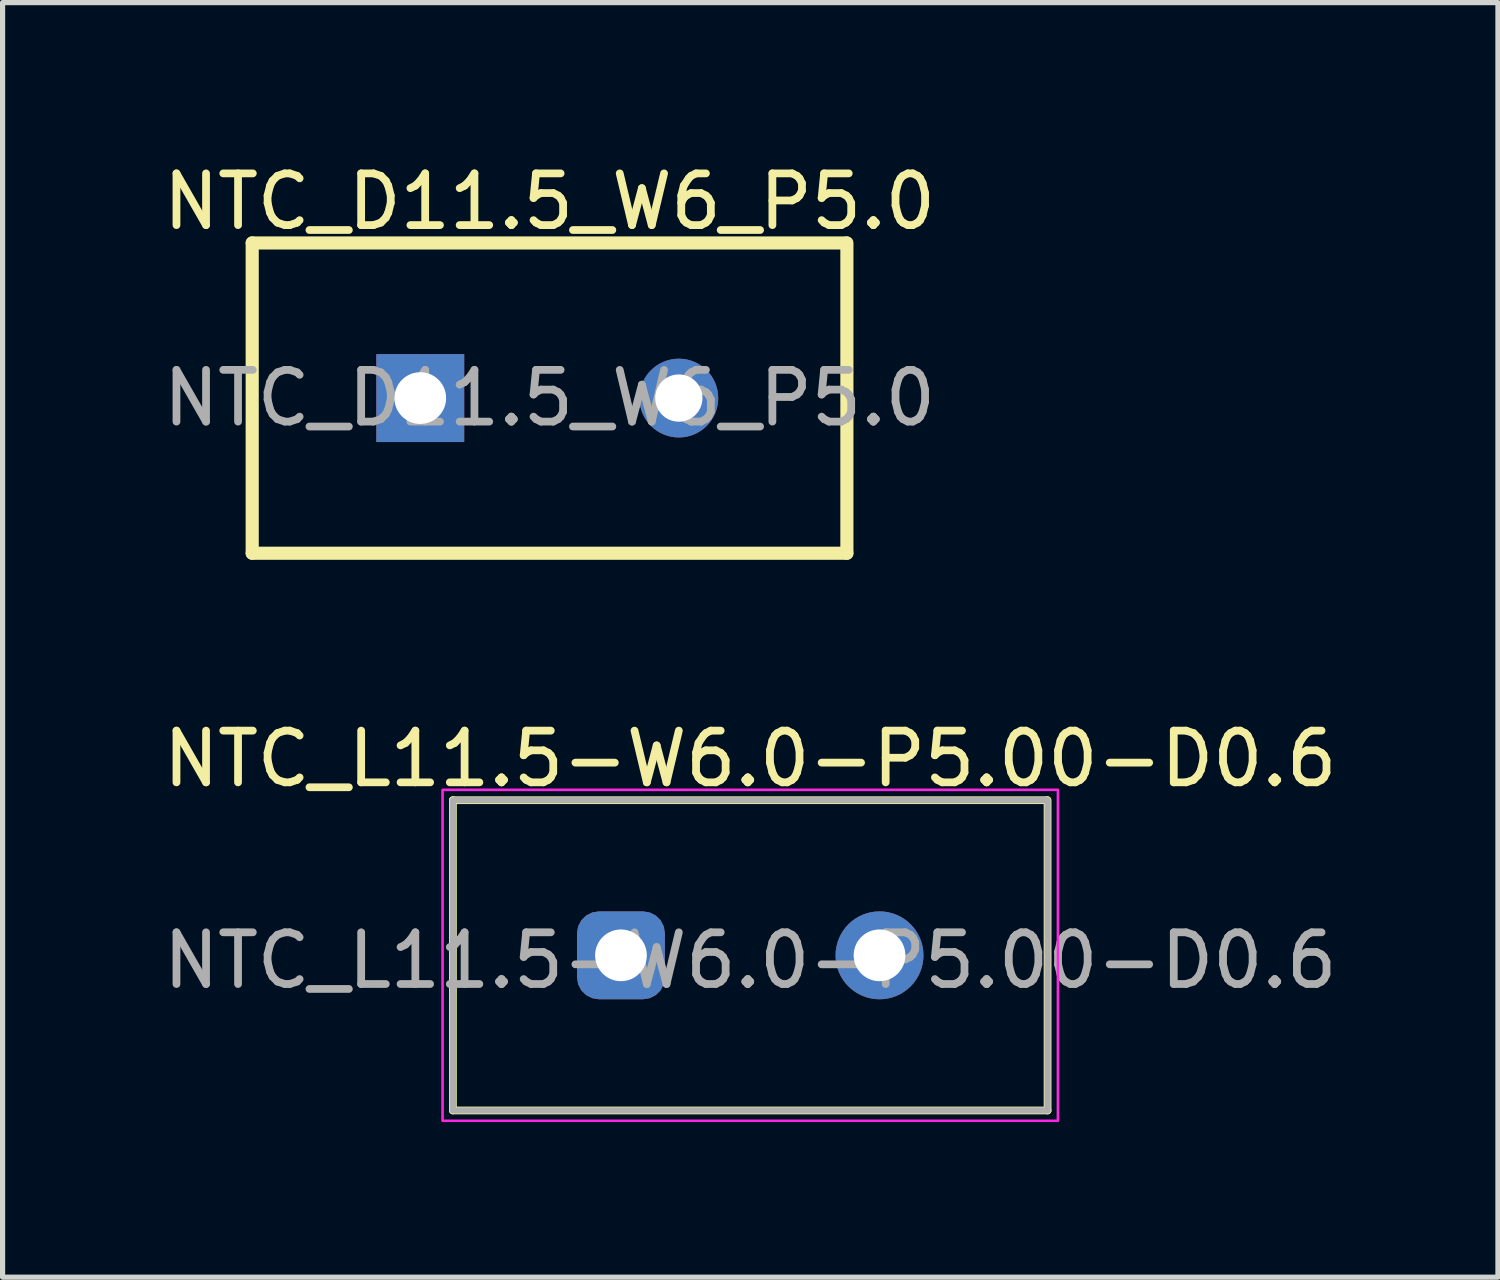
<source format=kicad_pcb>
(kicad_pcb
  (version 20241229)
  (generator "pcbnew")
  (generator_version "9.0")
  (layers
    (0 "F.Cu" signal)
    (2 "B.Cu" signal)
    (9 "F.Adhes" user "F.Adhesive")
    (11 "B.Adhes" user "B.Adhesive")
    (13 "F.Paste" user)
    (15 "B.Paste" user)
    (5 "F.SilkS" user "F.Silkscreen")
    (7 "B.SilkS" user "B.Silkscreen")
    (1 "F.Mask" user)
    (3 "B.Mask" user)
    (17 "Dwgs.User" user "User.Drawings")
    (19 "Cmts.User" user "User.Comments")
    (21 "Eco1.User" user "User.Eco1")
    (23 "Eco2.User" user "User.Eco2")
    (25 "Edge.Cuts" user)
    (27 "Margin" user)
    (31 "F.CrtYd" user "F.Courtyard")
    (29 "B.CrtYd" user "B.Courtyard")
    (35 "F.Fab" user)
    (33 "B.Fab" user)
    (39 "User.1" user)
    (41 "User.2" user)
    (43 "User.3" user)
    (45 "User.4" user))
  (footprint "NTC_L11.5-W6.0-P5.00-D0.6"
    (layer "F.Cu")
    (at 11.458 15.424)
    (property "Reference" "NTC_L11.5-W6.0-P5.00-D0.6" (at 0 -3.8 0) (layer "F.SilkS") (effects (font (size 1 1) (thickness 0.15))))
    (attr through_hole)
    (fp_line (start -5.75 -3) (end 5.74 -3) (stroke (width 0.15) (type solid)) (layer "F.SilkS"))
    (fp_line (start -5.75 3) (end -5.75 -3) (stroke (width 0.15) (type solid)) (layer "F.SilkS"))
    (fp_line (start 5.75 -3) (end 5.75 3) (stroke (width 0.15) (type solid)) (layer "F.SilkS"))
    (fp_line (start 5.75 3) (end -5.75 3) (stroke (width 0.15) (type solid)) (layer "F.SilkS"))
    (fp_rect (start 5.95 -3.2) (end -5.95 3.2) (stroke (width 0.05) (type solid)) (fill no) (layer "F.CrtYd"))
    (fp_rect (start 5.75 -3) (end -5.75 3) (stroke (width 0.05) (type solid)) (fill no) (layer "F.Fab"))
    (fp_rect (start 5.75 -3) (end -5.75 3) (stroke (width 0.12) (type solid)) (fill no) (layer "F.Fab"))
    (fp_text user "${REFERENCE}" (at 0 0.1 0) (layer "F.Fab") (effects (font (size 1 1) (thickness 0.15))))
    (pad "1" thru_hole roundrect (at -2.5 0) (size 1.7 1.7) (drill 1) (layers "*.Cu" "*.Paste" "*.Mask") (roundrect_rratio 0.25))
    (pad "2" thru_hole circle (at 2.5 0) (size 1.7 1.7) (drill 1) (layers "*.Cu" "*.Paste" "*.Mask")))
  (footprint "NTC_D11.5_W6_P5.0"
    (layer "F.Cu")
    (at 7.577 4.648)
    (property "Reference" "NTC_D11.5_W6_P5.0" (at 0 -3.8 0) (layer "F.SilkS") (effects (font (size 1 1) (thickness 0.15))))
    (attr through_hole)
    (fp_line (start -5.75 -3) (end 5.74 -3) (stroke (width 0.254) (type solid)) (layer "F.SilkS"))
    (fp_line (start -5.75 3) (end -5.75 -3) (stroke (width 0.254) (type solid)) (layer "F.SilkS"))
    (fp_line (start 5.75 -3) (end 5.75 3) (stroke (width 0.254) (type solid)) (layer "F.SilkS"))
    (fp_line (start 5.75 3) (end -5.75 3) (stroke (width 0.254) (type solid)) (layer "F.SilkS"))
    (fp_text user "${REFERENCE}" (at 0 0 0) (layer "F.Fab") (effects (font (size 1 1) (thickness 0.15))))
    (pad "1" thru_hole rect (at -2.5 0) (size 1.7 1.7) (drill 1) (layers "*.Cu" "*.Paste" "*.Mask"))
    (pad "2" thru_hole circle (at 2.5 0) (size 1.524 1.524) (drill 0.914) (layers "*.Cu" "*.Paste" "*.Mask")))
  (gr_rect
    (start -3 -3)
    (end 25.917 21.648)
    (stroke (width 0.1) (type default))
    (fill no)
    (layer "Edge.Cuts")))
</source>
